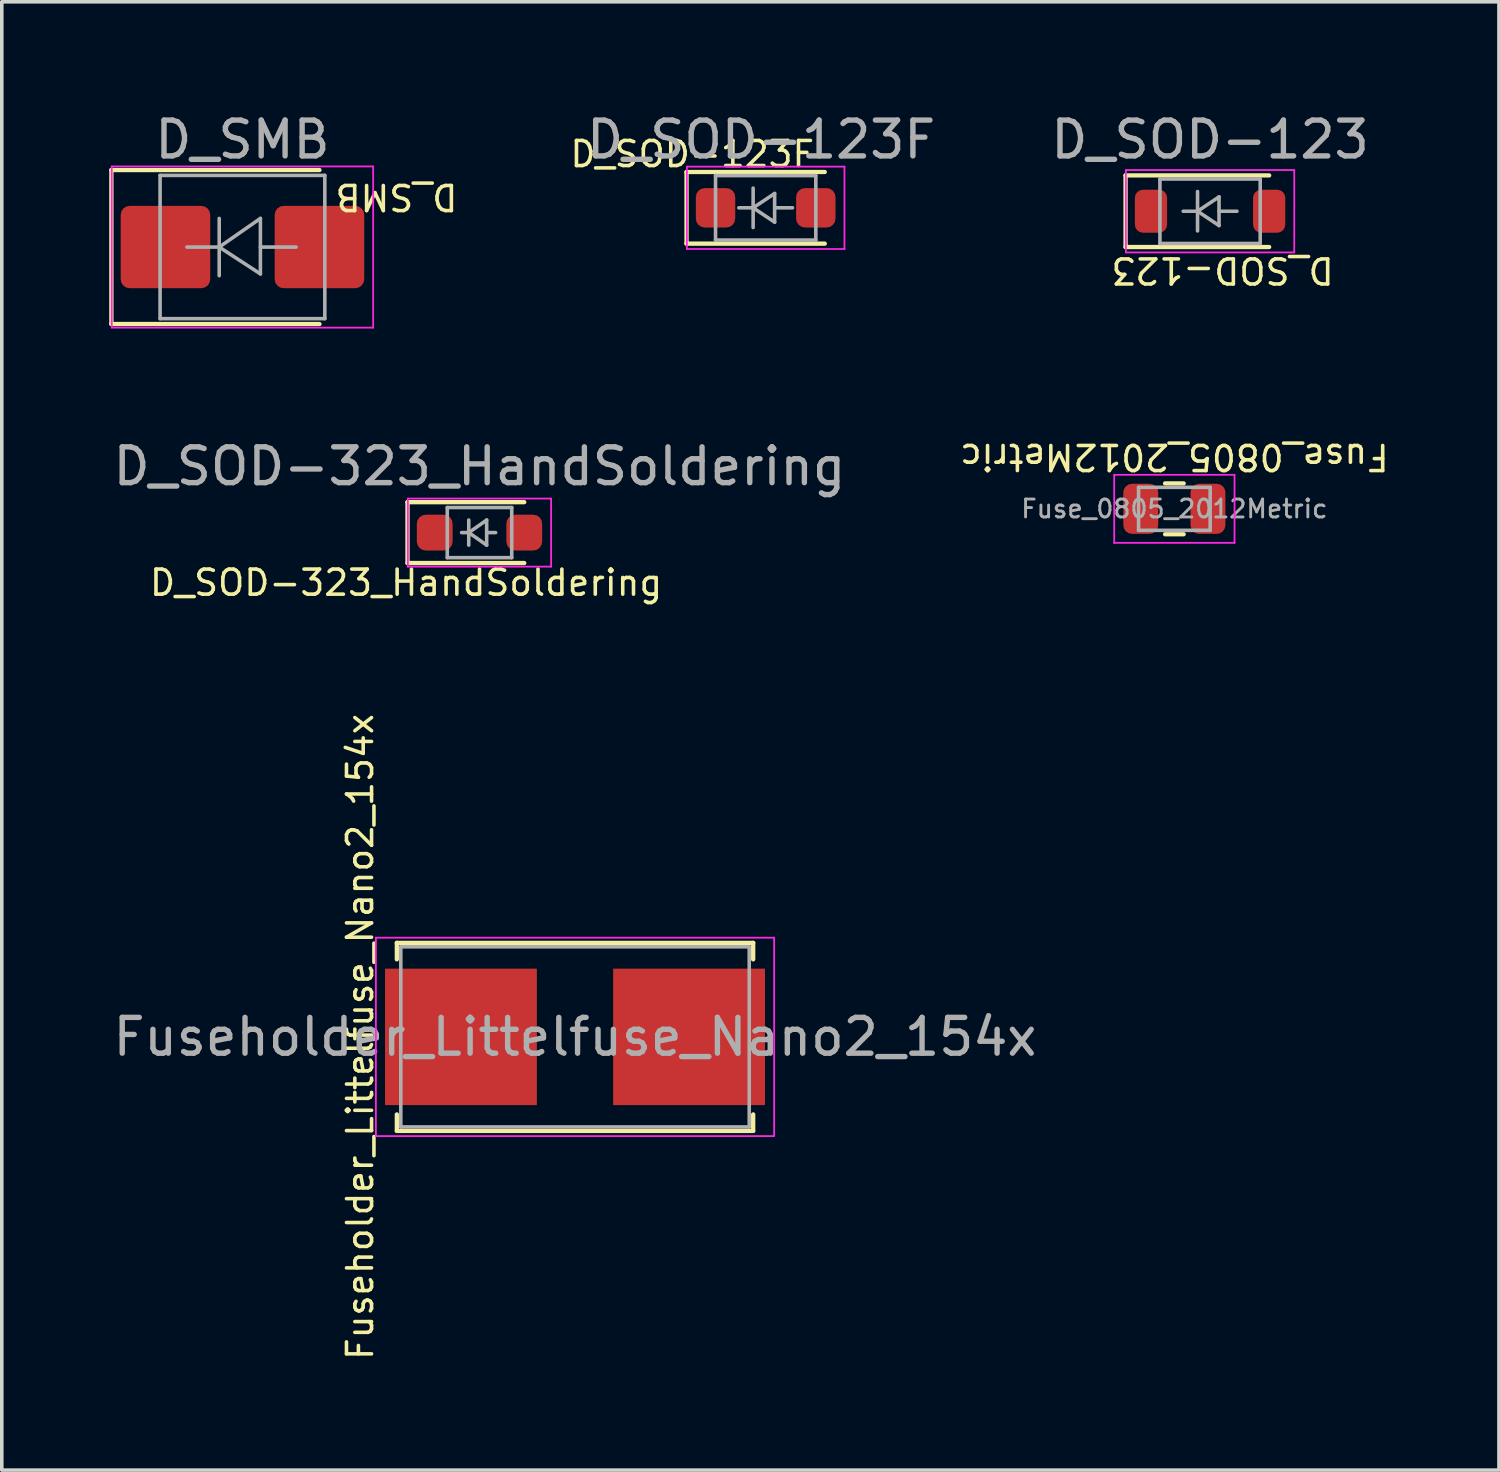
<source format=kicad_pcb>
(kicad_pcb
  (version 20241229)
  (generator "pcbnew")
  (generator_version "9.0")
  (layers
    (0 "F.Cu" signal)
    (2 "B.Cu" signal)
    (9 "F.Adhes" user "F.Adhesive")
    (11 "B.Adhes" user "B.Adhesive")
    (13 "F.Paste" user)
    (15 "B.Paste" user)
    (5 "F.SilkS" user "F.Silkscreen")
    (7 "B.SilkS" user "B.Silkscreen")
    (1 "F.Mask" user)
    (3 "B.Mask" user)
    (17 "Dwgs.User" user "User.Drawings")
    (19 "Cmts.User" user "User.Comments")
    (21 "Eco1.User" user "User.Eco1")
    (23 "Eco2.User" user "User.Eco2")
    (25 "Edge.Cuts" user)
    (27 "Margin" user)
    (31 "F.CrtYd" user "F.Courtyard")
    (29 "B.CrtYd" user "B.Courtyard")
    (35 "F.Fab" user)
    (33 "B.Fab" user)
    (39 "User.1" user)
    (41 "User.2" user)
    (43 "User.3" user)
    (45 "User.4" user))
  (footprint "D_SMB"
    (layer "F.Cu")
    (at 3.72 3.848)
    (property "Reference" "D_SMB" (at 4.3 -1.4 180) (unlocked yes) (layer "F.SilkS") (effects (font (size 0.7 0.7) (thickness 0.1))))
    (attr smd)
    (fp_line (start -3.66 -2.15) (end -3.66 2.15) (stroke (width 0.12) (type solid)) (layer "F.SilkS"))
    (fp_line (start -3.66 -2.15) (end 2.15 -2.15) (stroke (width 0.12) (type solid)) (layer "F.SilkS"))
    (fp_line (start -3.66 2.15) (end 2.15 2.15) (stroke (width 0.12) (type solid)) (layer "F.SilkS"))
    (fp_line (start -3.65 -2.25) (end 3.65 -2.25) (stroke (width 0.05) (type solid)) (layer "F.CrtYd"))
    (fp_line (start -3.65 2.25) (end -3.65 -2.25) (stroke (width 0.05) (type solid)) (layer "F.CrtYd"))
    (fp_line (start 3.65 -2.25) (end 3.65 2.25) (stroke (width 0.05) (type solid)) (layer "F.CrtYd"))
    (fp_line (start 3.65 2.25) (end -3.65 2.25) (stroke (width 0.05) (type solid)) (layer "F.CrtYd"))
    (fp_line (start -2.3 2) (end -2.3 -2) (stroke (width 0.1) (type solid)) (layer "F.Fab"))
    (fp_line (start -0.649 -0.799) (end -0.649 0.801) (stroke (width 0.1) (type solid)) (layer "F.Fab"))
    (fp_line (start -0.649 0.001) (end -1.551 0.001) (stroke (width 0.1) (type solid)) (layer "F.Fab"))
    (fp_line (start -0.649 0.001) (end 0.501 -0.799) (stroke (width 0.1) (type solid)) (layer "F.Fab"))
    (fp_line (start -0.649 0.001) (end 0.501 0.75) (stroke (width 0.1) (type solid)) (layer "F.Fab"))
    (fp_line (start 0.501 0.001) (end 1.499 0.001) (stroke (width 0.1) (type solid)) (layer "F.Fab"))
    (fp_line (start 0.501 0.75) (end 0.501 -0.799) (stroke (width 0.1) (type solid)) (layer "F.Fab"))
    (fp_line (start 2.3 -2) (end -2.3 -2) (stroke (width 0.1) (type solid)) (layer "F.Fab"))
    (fp_line (start 2.3 -2) (end 2.3 2) (stroke (width 0.1) (type solid)) (layer "F.Fab"))
    (fp_line (start 2.3 2) (end -2.3 2) (stroke (width 0.1) (type solid)) (layer "F.Fab"))
    (fp_text user "${REFERENCE}" (at 0 -3 0) (layer "F.Fab") (effects (font (size 1 1) (thickness 0.15))))
    (pad "1" smd roundrect (at -2.15 0) (size 2.5 2.3) (layers "F.Cu" "F.Mask" "F.Paste") (roundrect_rratio 0.109))
    (pad "2" smd roundrect (at 2.15 0) (size 2.5 2.3) (layers "F.Cu" "F.Mask" "F.Paste") (roundrect_rratio 0.109)))
  (footprint "D_SOD-123"
    (layer "F.Cu")
    (at 30.739 2.848)
    (property "Reference" "D_SOD-123" (at 0.35 1.65 180) (unlocked yes) (layer "F.SilkS") (effects (font (size 0.7 0.7) (thickness 0.1))))
    (attr smd)
    (fp_line (start -2.36 -1) (end -2.36 1) (stroke (width 0.12) (type solid)) (layer "F.SilkS"))
    (fp_line (start -2.36 -1) (end 1.65 -1) (stroke (width 0.12) (type solid)) (layer "F.SilkS"))
    (fp_line (start -2.36 1) (end 1.65 1) (stroke (width 0.12) (type solid)) (layer "F.SilkS"))
    (fp_line (start -2.35 -1.15) (end -2.35 1.15) (stroke (width 0.05) (type solid)) (layer "F.CrtYd"))
    (fp_line (start -2.35 -1.15) (end 2.35 -1.15) (stroke (width 0.05) (type solid)) (layer "F.CrtYd"))
    (fp_line (start 2.35 -1.15) (end 2.35 1.15) (stroke (width 0.05) (type solid)) (layer "F.CrtYd"))
    (fp_line (start 2.35 1.15) (end -2.35 1.15) (stroke (width 0.05) (type solid)) (layer "F.CrtYd"))
    (fp_line (start -1.4 -0.9) (end 1.4 -0.9) (stroke (width 0.1) (type solid)) (layer "F.Fab"))
    (fp_line (start -1.4 0.9) (end -1.4 -0.9) (stroke (width 0.1) (type solid)) (layer "F.Fab"))
    (fp_line (start -0.75 0) (end -0.35 0) (stroke (width 0.1) (type solid)) (layer "F.Fab"))
    (fp_line (start -0.35 0) (end -0.35 -0.55) (stroke (width 0.1) (type solid)) (layer "F.Fab"))
    (fp_line (start -0.35 0) (end -0.35 0.55) (stroke (width 0.1) (type solid)) (layer "F.Fab"))
    (fp_line (start -0.35 0) (end 0.25 -0.4) (stroke (width 0.1) (type solid)) (layer "F.Fab"))
    (fp_line (start 0.25 -0.4) (end 0.25 0.4) (stroke (width 0.1) (type solid)) (layer "F.Fab"))
    (fp_line (start 0.25 0) (end 0.75 0) (stroke (width 0.1) (type solid)) (layer "F.Fab"))
    (fp_line (start 0.25 0.4) (end -0.35 0) (stroke (width 0.1) (type solid)) (layer "F.Fab"))
    (fp_line (start 1.4 -0.9) (end 1.4 0.9) (stroke (width 0.1) (type solid)) (layer "F.Fab"))
    (fp_line (start 1.4 0.9) (end -1.4 0.9) (stroke (width 0.1) (type solid)) (layer "F.Fab"))
    (fp_text user "${REFERENCE}" (at 0 -2 0) (layer "F.Fab") (effects (font (size 1 1) (thickness 0.15))))
    (pad "1" smd roundrect (at -1.65 0) (size 0.9 1.2) (layers "F.Cu" "F.Mask" "F.Paste") (roundrect_rratio 0.25))
    (pad "2" smd roundrect (at 1.65 0) (size 0.9 1.2) (layers "F.Cu" "F.Mask" "F.Paste") (roundrect_rratio 0.25)))
  (footprint "D_SOD-323_HandSoldering"
    (layer "F.Cu")
    (at 10.339 11.822)
    (property "Reference" "D_SOD-323_HandSoldering" (at -2.05 1.4 0) (unlocked yes) (layer "F.SilkS") (effects (font (size 0.7 0.7) (thickness 0.1))))
    (attr smd)
    (fp_line (start -2.01 -0.85) (end -2.01 0.85) (stroke (width 0.12) (type solid)) (layer "F.SilkS"))
    (fp_line (start -2.01 -0.85) (end 1.25 -0.85) (stroke (width 0.12) (type solid)) (layer "F.SilkS"))
    (fp_line (start -2.01 0.85) (end 1.25 0.85) (stroke (width 0.12) (type solid)) (layer "F.SilkS"))
    (fp_line (start -2 -0.95) (end -2 0.95) (stroke (width 0.05) (type solid)) (layer "F.CrtYd"))
    (fp_line (start -2 -0.95) (end 2 -0.95) (stroke (width 0.05) (type solid)) (layer "F.CrtYd"))
    (fp_line (start -2 0.95) (end 2 0.95) (stroke (width 0.05) (type solid)) (layer "F.CrtYd"))
    (fp_line (start 2 -0.95) (end 2 0.95) (stroke (width 0.05) (type solid)) (layer "F.CrtYd"))
    (fp_line (start -0.9 -0.7) (end 0.9 -0.7) (stroke (width 0.1) (type solid)) (layer "F.Fab"))
    (fp_line (start -0.9 0.7) (end -0.9 -0.7) (stroke (width 0.1) (type solid)) (layer "F.Fab"))
    (fp_line (start -0.3 -0.35) (end -0.3 0.35) (stroke (width 0.1) (type solid)) (layer "F.Fab"))
    (fp_line (start -0.3 0) (end -0.5 0) (stroke (width 0.1) (type solid)) (layer "F.Fab"))
    (fp_line (start -0.3 0) (end 0.2 -0.35) (stroke (width 0.1) (type solid)) (layer "F.Fab"))
    (fp_line (start 0.2 -0.35) (end 0.2 0.35) (stroke (width 0.1) (type solid)) (layer "F.Fab"))
    (fp_line (start 0.2 0) (end 0.45 0) (stroke (width 0.1) (type solid)) (layer "F.Fab"))
    (fp_line (start 0.2 0.35) (end -0.3 0) (stroke (width 0.1) (type solid)) (layer "F.Fab"))
    (fp_line (start 0.9 -0.7) (end 0.9 0.7) (stroke (width 0.1) (type solid)) (layer "F.Fab"))
    (fp_line (start 0.9 0.7) (end -0.9 0.7) (stroke (width 0.1) (type solid)) (layer "F.Fab"))
    (fp_text user "${REFERENCE}" (at 0 -1.85 0) (layer "F.Fab") (effects (font (size 1 1) (thickness 0.15))))
    (pad "1" smd roundrect (at -1.25 0) (size 1 1) (layers "F.Cu" "F.Mask" "F.Paste") (roundrect_rratio 0.25))
    (pad "2" smd roundrect (at 1.25 0) (size 1 1) (layers "F.Cu" "F.Mask" "F.Paste") (roundrect_rratio 0.25)))
  (footprint "Fuseholder_Littelfuse_Nano2_154x"
    (layer "F.Cu")
    (at 13.006 25.903)
    (property "Reference" "Fuseholder_Littelfuse_Nano2_154x" (at -6 0 90) (unlocked yes) (layer "F.SilkS") (effects (font (size 0.7 0.7) (thickness 0.1))))
    (attr smd)
    (fp_line (start -4.975 -2.625) (end -4.975 -2.165) (stroke (width 0.12) (type solid)) (layer "F.SilkS"))
    (fp_line (start -4.975 -2.625) (end 4.975 -2.625) (stroke (width 0.12) (type solid)) (layer "F.SilkS"))
    (fp_line (start -4.975 2.165) (end -4.975 2.625) (stroke (width 0.12) (type solid)) (layer "F.SilkS"))
    (fp_line (start -4.975 2.625) (end 4.975 2.625) (stroke (width 0.12) (type solid)) (layer "F.SilkS"))
    (fp_line (start 4.975 -2.625) (end 4.975 -2.165) (stroke (width 0.12) (type solid)) (layer "F.SilkS"))
    (fp_line (start 4.975 2.625) (end 4.975 2.165) (stroke (width 0.12) (type solid)) (layer "F.SilkS"))
    (fp_line (start -5.56 -2.77) (end -5.56 2.77) (stroke (width 0.05) (type solid)) (layer "F.CrtYd"))
    (fp_line (start -5.56 -2.77) (end 5.56 -2.77) (stroke (width 0.05) (type solid)) (layer "F.CrtYd"))
    (fp_line (start -5.56 2.77) (end 5.56 2.77) (stroke (width 0.05) (type solid)) (layer "F.CrtYd"))
    (fp_line (start 5.56 -2.77) (end 5.56 2.77) (stroke (width 0.05) (type solid)) (layer "F.CrtYd"))
    (fp_line (start -4.865 -2.515) (end -4.865 2.515) (stroke (width 0.1) (type solid)) (layer "F.Fab"))
    (fp_line (start -4.865 -2.515) (end 4.865 -2.515) (stroke (width 0.1) (type solid)) (layer "F.Fab"))
    (fp_line (start -4.865 2.515) (end 4.865 2.515) (stroke (width 0.1) (type solid)) (layer "F.Fab"))
    (fp_line (start 4.865 2.515) (end 4.865 -2.515) (stroke (width 0.1) (type solid)) (layer "F.Fab"))
    (fp_text user "${REFERENCE}" (at 0 0 0) (layer "F.Fab") (effects (font (size 1 1) (thickness 0.15))))
    (pad "1" smd rect (at -3.185 0) (size 4.24 3.81) (layers "F.Cu" "F.Mask" "F.Paste"))
    (pad "2" smd rect (at 3.185 0) (size 4.24 3.81) (layers "F.Cu" "F.Mask" "F.Paste")))
  (footprint "D_SOD-123F"
    (layer "F.Cu")
    (at 18.33 2.753)
    (property "Reference" "D_SOD-123F" (at -2.05 -1.5 0) (unlocked yes) (layer "F.SilkS") (effects (font (size 0.7 0.7) (thickness 0.1))))
    (attr smd)
    (fp_line (start -2.21 -1) (end -2.21 1) (stroke (width 0.12) (type solid)) (layer "F.SilkS"))
    (fp_line (start -2.21 -1) (end 1.65 -1) (stroke (width 0.12) (type solid)) (layer "F.SilkS"))
    (fp_line (start -2.21 1) (end 1.65 1) (stroke (width 0.12) (type solid)) (layer "F.SilkS"))
    (fp_line (start -2.2 -1.15) (end -2.2 1.15) (stroke (width 0.05) (type solid)) (layer "F.CrtYd"))
    (fp_line (start -2.2 -1.15) (end 2.2 -1.15) (stroke (width 0.05) (type solid)) (layer "F.CrtYd"))
    (fp_line (start 2.2 -1.15) (end 2.2 1.15) (stroke (width 0.05) (type solid)) (layer "F.CrtYd"))
    (fp_line (start 2.2 1.15) (end -2.2 1.15) (stroke (width 0.05) (type solid)) (layer "F.CrtYd"))
    (fp_line (start -1.4 -0.9) (end 1.4 -0.9) (stroke (width 0.1) (type solid)) (layer "F.Fab"))
    (fp_line (start -1.4 0.9) (end -1.4 -0.9) (stroke (width 0.1) (type solid)) (layer "F.Fab"))
    (fp_line (start -0.75 0) (end -0.35 0) (stroke (width 0.1) (type solid)) (layer "F.Fab"))
    (fp_line (start -0.35 0) (end -0.35 -0.55) (stroke (width 0.1) (type solid)) (layer "F.Fab"))
    (fp_line (start -0.35 0) (end -0.35 0.55) (stroke (width 0.1) (type solid)) (layer "F.Fab"))
    (fp_line (start -0.35 0) (end 0.25 -0.4) (stroke (width 0.1) (type solid)) (layer "F.Fab"))
    (fp_line (start 0.25 -0.4) (end 0.25 0.4) (stroke (width 0.1) (type solid)) (layer "F.Fab"))
    (fp_line (start 0.25 0) (end 0.75 0) (stroke (width 0.1) (type solid)) (layer "F.Fab"))
    (fp_line (start 0.25 0.4) (end -0.35 0) (stroke (width 0.1) (type solid)) (layer "F.Fab"))
    (fp_line (start 1.4 -0.9) (end 1.4 0.9) (stroke (width 0.1) (type solid)) (layer "F.Fab"))
    (fp_line (start 1.4 0.9) (end -1.4 0.9) (stroke (width 0.1) (type solid)) (layer "F.Fab"))
    (fp_text user "${REFERENCE}" (at -0.127 -1.905 0) (layer "F.Fab") (effects (font (size 1 1) (thickness 0.15))))
    (pad "1" smd roundrect (at -1.4 0) (size 1.1 1.1) (layers "F.Cu" "F.Mask" "F.Paste") (roundrect_rratio 0.227))
    (pad "2" smd roundrect (at 1.4 0) (size 1.1 1.1) (layers "F.Cu" "F.Mask" "F.Paste") (roundrect_rratio 0.227)))
  (footprint "Fuse_0805_2012Metric"
    (layer "F.Cu")
    (at 29.742 11.158)
    (property "Reference" "Fuse_0805_2012Metric" (at 0 -1.45 180) (unlocked yes) (layer "F.SilkS") (effects (font (size 0.7 0.7) (thickness 0.1))))
    (attr smd)
    (fp_line (start -0.259 -0.71) (end 0.259 -0.71) (stroke (width 0.12) (type solid)) (layer "F.SilkS"))
    (fp_line (start -0.259 0.71) (end 0.259 0.71) (stroke (width 0.12) (type solid)) (layer "F.SilkS"))
    (fp_line (start -1.68 -0.95) (end 1.68 -0.95) (stroke (width 0.05) (type solid)) (layer "F.CrtYd"))
    (fp_line (start -1.68 0.95) (end -1.68 -0.95) (stroke (width 0.05) (type solid)) (layer "F.CrtYd"))
    (fp_line (start 1.68 -0.95) (end 1.68 0.95) (stroke (width 0.05) (type solid)) (layer "F.CrtYd"))
    (fp_line (start 1.68 0.95) (end -1.68 0.95) (stroke (width 0.05) (type solid)) (layer "F.CrtYd"))
    (fp_line (start -1 -0.6) (end 1 -0.6) (stroke (width 0.1) (type solid)) (layer "F.Fab"))
    (fp_line (start -1 0.6) (end -1 -0.6) (stroke (width 0.1) (type solid)) (layer "F.Fab"))
    (fp_line (start 1 -0.6) (end 1 0.6) (stroke (width 0.1) (type solid)) (layer "F.Fab"))
    (fp_line (start 1 0.6) (end -1 0.6) (stroke (width 0.1) (type solid)) (layer "F.Fab"))
    (fp_text user "${REFERENCE}" (at 0 0 180) (layer "F.Fab") (effects (font (size 0.5 0.5) (thickness 0.08))))
    (pad "1" smd roundrect (at -0.938 0) (size 0.975 1.4) (layers "F.Cu" "F.Mask" "F.Paste") (roundrect_rratio 0.25))
    (pad "2" smd roundrect (at 0.938 0) (size 0.975 1.4) (layers "F.Cu" "F.Mask" "F.Paste") (roundrect_rratio 0.25)))
  (gr_rect
    (start -3 -3)
    (end 38.805 38)
    (stroke (width 0.1) (type default))
    (fill no)
    (layer "Edge.Cuts")))
</source>
